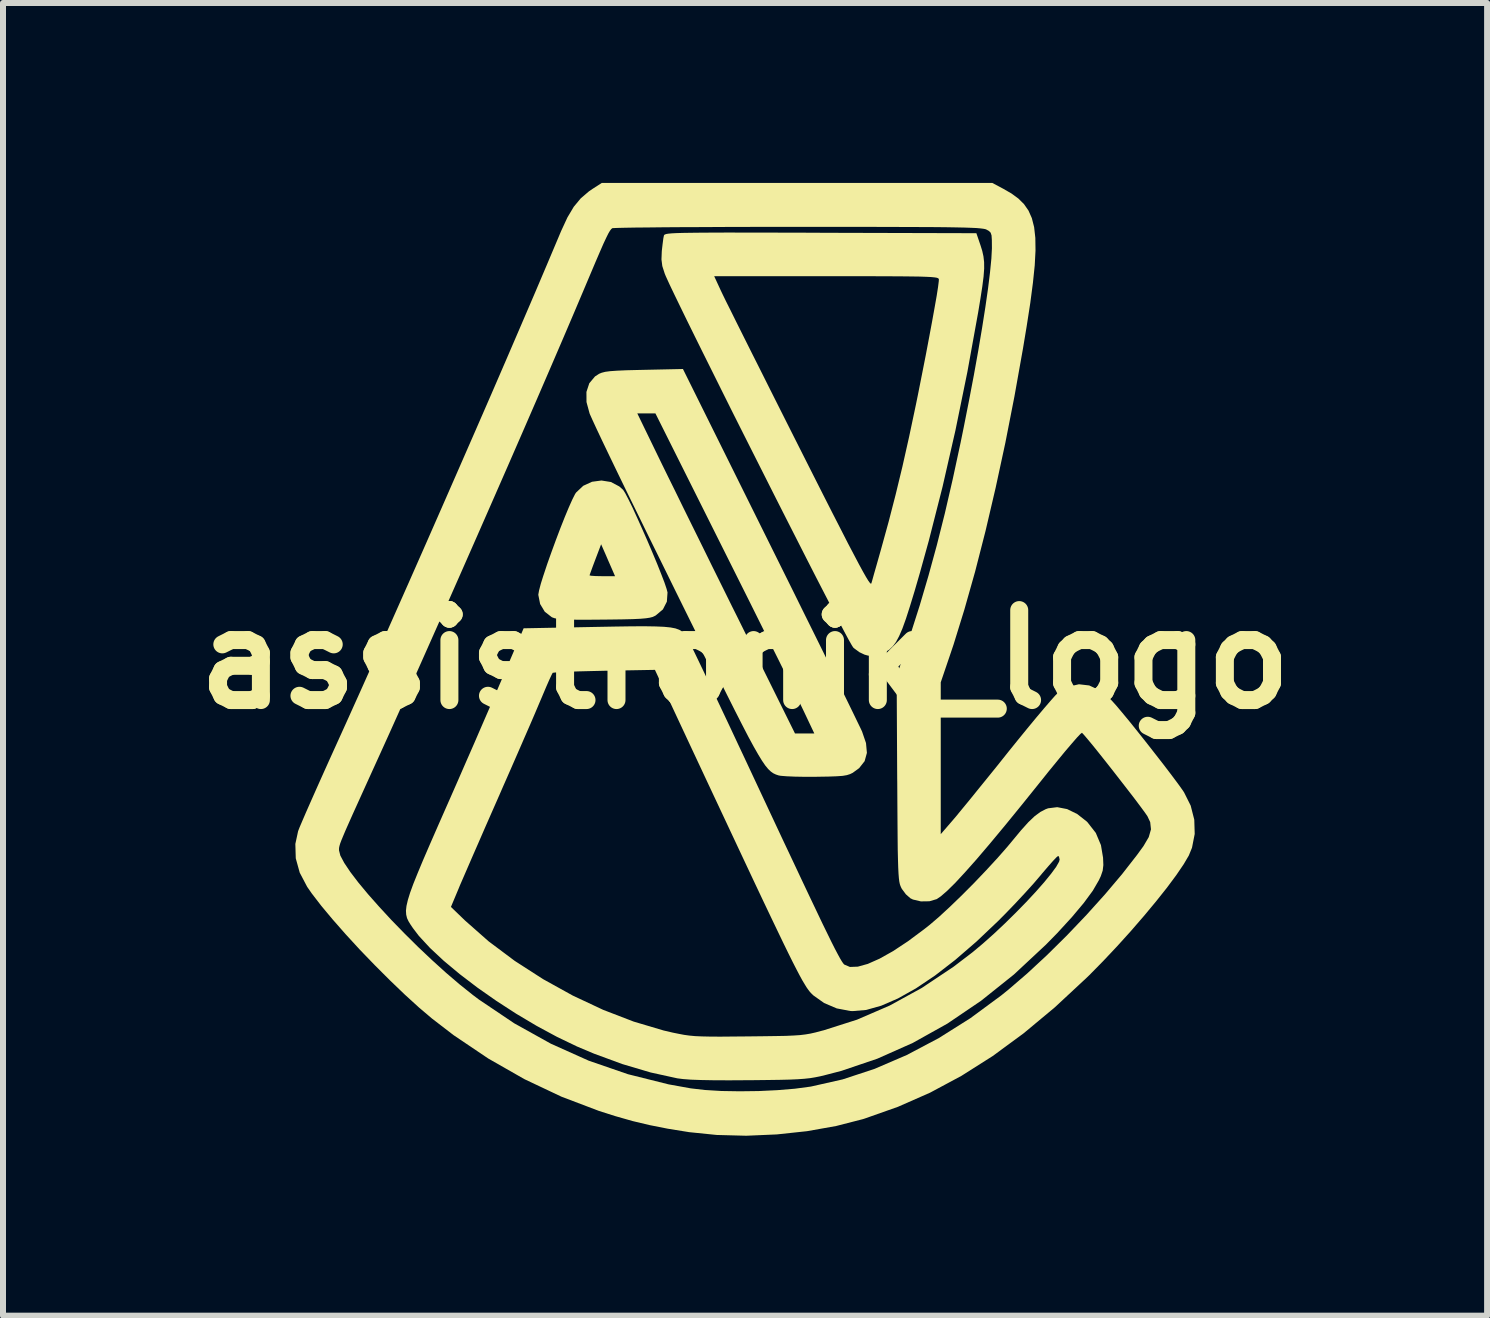
<source format=kicad_pcb>
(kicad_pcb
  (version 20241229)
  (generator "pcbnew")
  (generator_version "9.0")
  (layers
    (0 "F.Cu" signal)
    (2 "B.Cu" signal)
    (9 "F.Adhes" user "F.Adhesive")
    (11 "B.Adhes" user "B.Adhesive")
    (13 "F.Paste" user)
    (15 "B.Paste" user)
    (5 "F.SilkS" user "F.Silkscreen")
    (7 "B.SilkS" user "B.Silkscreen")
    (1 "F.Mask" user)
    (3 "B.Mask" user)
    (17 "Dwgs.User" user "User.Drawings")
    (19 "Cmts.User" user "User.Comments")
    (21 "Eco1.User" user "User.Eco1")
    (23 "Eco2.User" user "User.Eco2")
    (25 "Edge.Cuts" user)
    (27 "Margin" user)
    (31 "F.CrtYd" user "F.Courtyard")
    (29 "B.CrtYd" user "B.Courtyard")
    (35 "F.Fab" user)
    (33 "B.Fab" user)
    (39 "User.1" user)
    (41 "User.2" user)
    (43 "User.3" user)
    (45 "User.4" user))
  (footprint "assistronik_logo"
    (layer "F.Cu")
    (at 9.371 7.943)
    (property "Reference" "assistronik_logo" (at 0 0 0) (layer "F.SilkS") (effects (font (size 1.5 1.5) (thickness 0.3))))
    (attr board_only exclude_from_pos_files exclude_from_bom)
    (fp_poly (pts (xy -2.236 -2.957) (xy -2.096 -2.883) (xy -2.032 -2.826) (xy -1.998 -2.772) (xy -1.945 -2.671) (xy -1.877 -2.533) (xy -1.8 -2.365) (xy -1.716 -2.178) (xy -1.629 -1.981) (xy -1.545 -1.784) (xy -1.466 -1.595) (xy -1.398 -1.424) (xy -1.343 -1.281) (xy -1.307 -1.174) (xy -1.292 -1.116) (xy -1.303 -0.962) (xy -1.369 -0.833) (xy -1.488 -0.733) (xy -1.5 -0.726) (xy -1.538 -0.708) (xy -1.587 -0.695) (xy -1.653 -0.685) (xy -1.745 -0.677) (xy -1.871 -0.671) (xy -2.039 -0.667) (xy -2.257 -0.664) (xy -2.363 -0.663) (xy -2.605 -0.661) (xy -2.794 -0.661) (xy -2.937 -0.663) (xy -3.043 -0.667) (xy -3.12 -0.675) (xy -3.175 -0.686) (xy -3.215 -0.7) (xy -3.224 -0.705) (xy -3.339 -0.795) (xy -3.416 -0.923) (xy -3.446 -1.074) (xy -3.446 -1.081) (xy -3.434 -1.149) (xy -3.404 -1.263) (xy -3.361 -1.4) (xy -2.592 -1.4) (xy -2.564 -1.394) (xy -2.491 -1.389) (xy -2.387 -1.387) (xy -2.379 -1.387) (xy -2.167 -1.387) (xy -2.23 -1.532) (xy -2.28 -1.646) (xy -2.33 -1.762) (xy -2.346 -1.798) (xy -2.399 -1.919) (xy -2.495 -1.666) (xy -2.538 -1.552) (xy -2.571 -1.461) (xy -2.59 -1.408) (xy -2.592 -1.4) (xy -3.361 -1.4) (xy -3.356 -1.414) (xy -3.297 -1.592) (xy -3.228 -1.786) (xy -3.154 -1.988) (xy -3.079 -2.186) (xy -3.005 -2.373) (xy -2.937 -2.536) (xy -2.878 -2.668) (xy -2.833 -2.757) (xy -2.816 -2.782) (xy -2.697 -2.894) (xy -2.551 -2.961) (xy -2.393 -2.982)) (stroke (width 0) (type solid)) (fill yes) (layer "F.SilkS"))
    (fp_poly (pts (xy 0.408 -1.932) (xy 0.606 -1.533) (xy 0.798 -1.146) (xy 0.981 -0.775) (xy 1.155 -0.424) (xy 1.317 -0.096) (xy 1.465 0.204) (xy 1.597 0.473) (xy 1.711 0.706) (xy 1.805 0.899) (xy 1.878 1.05) (xy 1.928 1.153) (xy 1.951 1.202) (xy 2.017 1.395) (xy 2.032 1.559) (xy 1.994 1.697) (xy 1.903 1.813) (xy 1.796 1.891) (xy 1.751 1.913) (xy 1.698 1.93) (xy 1.628 1.942) (xy 1.529 1.949) (xy 1.391 1.954) (xy 1.204 1.957) (xy 1.174 1.958) (xy 0.995 1.958) (xy 0.83 1.955) (xy 0.692 1.949) (xy 0.594 1.941) (xy 0.557 1.934) (xy 0.513 1.919) (xy 0.471 1.899) (xy 0.43 1.87) (xy 0.386 1.828) (xy 0.338 1.77) (xy 0.284 1.691) (xy 0.221 1.588) (xy 0.146 1.457) (xy 0.058 1.295) (xy -0.045 1.096) (xy -0.166 0.859) (xy -0.307 0.578) (xy -0.471 0.25) (xy -0.659 -0.129) (xy -0.66 -0.131) (xy -0.915 -0.646) (xy -1.157 -1.136) (xy -1.384 -1.598) (xy -1.597 -2.03) (xy -1.792 -2.429) (xy -1.97 -2.792) (xy -2.128 -3.118) (xy -2.265 -3.402) (xy -2.381 -3.644) (xy -2.473 -3.839) (xy -2.541 -3.986) (xy -2.584 -4.082) (xy -2.592 -4.101) (xy -1.796 -4.101) (xy -1.452 -3.392) (xy -1.379 -3.242) (xy -1.282 -3.044) (xy -1.164 -2.805) (xy -1.03 -2.531) (xy -0.881 -2.229) (xy -0.721 -1.905) (xy -0.555 -1.567) (xy -0.384 -1.222) (xy -0.212 -0.874) (xy -0.137 -0.724) (xy 0.833 1.235) (xy 0.994 1.235) (xy 1.155 1.235) (xy 0.978 0.861) (xy 0.937 0.776) (xy 0.871 0.641) (xy 0.782 0.461) (xy 0.674 0.242) (xy 0.548 -0.013) (xy 0.406 -0.297) (xy 0.252 -0.607) (xy 0.088 -0.937) (xy -0.085 -1.283) (xy -0.263 -1.639) (xy -0.347 -1.807) (xy -1.494 -4.101) (xy -1.645 -4.101) (xy -1.796 -4.101) (xy -2.592 -4.101) (xy -2.592 -4.102) (xy -2.643 -4.29) (xy -2.644 -4.459) (xy -2.596 -4.604) (xy -2.501 -4.717) (xy -2.433 -4.761) (xy -2.389 -4.779) (xy -2.33 -4.794) (xy -2.248 -4.805) (xy -2.133 -4.813) (xy -1.978 -4.82) (xy -1.773 -4.825) (xy -1.684 -4.827) (xy -1.035 -4.841)) (stroke (width 0) (type solid)) (fill yes) (layer "F.SilkS"))
    (fp_poly (pts (xy 0.027 -7.115) (xy 0.371 -7.115) (xy 0.768 -7.114) (xy 1.221 -7.113) (xy 1.26 -7.112) (xy 3.857 -7.105) (xy 3.925 -6.906) (xy 3.955 -6.81) (xy 3.975 -6.719) (xy 3.986 -6.624) (xy 3.987 -6.515) (xy 3.977 -6.382) (xy 3.956 -6.217) (xy 3.924 -6.01) (xy 3.887 -5.786) (xy 3.707 -4.792) (xy 3.508 -3.818) (xy 3.293 -2.877) (xy 3.064 -1.978) (xy 2.915 -1.441) (xy 2.826 -1.135) (xy 2.749 -0.883) (xy 2.683 -0.678) (xy 2.624 -0.514) (xy 2.569 -0.387) (xy 2.517 -0.29) (xy 2.463 -0.217) (xy 2.406 -0.163) (xy 2.343 -0.123) (xy 2.28 -0.093) (xy 2.191 -0.06) (xy 2.123 -0.051) (xy 2.042 -0.065) (xy 1.992 -0.079) (xy 1.906 -0.12) (xy 1.818 -0.185) (xy 1.803 -0.199) (xy 1.779 -0.237) (xy 1.729 -0.325) (xy 1.657 -0.459) (xy 1.564 -0.636) (xy 1.453 -0.849) (xy 1.325 -1.096) (xy 1.183 -1.372) (xy 1.029 -1.673) (xy 0.866 -1.994) (xy 0.694 -2.332) (xy 0.517 -2.681) (xy 0.337 -3.038) (xy 0.155 -3.399) (xy -0.026 -3.758) (xy -0.204 -4.112) (xy -0.376 -4.457) (xy -0.541 -4.789) (xy -0.697 -5.102) (xy -0.841 -5.393) (xy -0.971 -5.657) (xy -1.085 -5.891) (xy -1.181 -6.089) (xy -1.257 -6.248) (xy -1.31 -6.364) (xy -1.321 -6.388) (xy -0.514 -6.388) (xy -0.405 -6.152) (xy -0.375 -6.089) (xy -0.32 -5.976) (xy -0.241 -5.818) (xy -0.142 -5.618) (xy -0.024 -5.382) (xy 0.11 -5.114) (xy 0.259 -4.818) (xy 0.419 -4.498) (xy 0.589 -4.16) (xy 0.766 -3.808) (xy 0.894 -3.554) (xy 1.107 -3.132) (xy 1.294 -2.762) (xy 1.457 -2.441) (xy 1.598 -2.166) (xy 1.717 -1.933) (xy 1.818 -1.741) (xy 1.9 -1.585) (xy 1.966 -1.464) (xy 2.017 -1.374) (xy 2.055 -1.312) (xy 2.082 -1.275) (xy 2.098 -1.261) (xy 2.106 -1.266) (xy 2.106 -1.267) (xy 2.122 -1.321) (xy 2.15 -1.422) (xy 2.189 -1.558) (xy 2.234 -1.717) (xy 2.266 -1.83) (xy 2.393 -2.29) (xy 2.511 -2.747) (xy 2.624 -3.214) (xy 2.735 -3.708) (xy 2.848 -4.242) (xy 2.883 -4.413) (xy 2.95 -4.751) (xy 3.013 -5.07) (xy 3.069 -5.366) (xy 3.119 -5.634) (xy 3.161 -5.867) (xy 3.195 -6.059) (xy 3.218 -6.207) (xy 3.23 -6.303) (xy 3.232 -6.332) (xy 3.23 -6.343) (xy 3.221 -6.353) (xy 3.2 -6.362) (xy 3.164 -6.368) (xy 3.106 -6.374) (xy 3.024 -6.378) (xy 2.912 -6.382) (xy 2.766 -6.384) (xy 2.582 -6.386) (xy 2.355 -6.387) (xy 2.081 -6.388) (xy 1.754 -6.388) (xy 1.371 -6.388) (xy 1.359 -6.388) (xy -0.514 -6.388) (xy -1.321 -6.388) (xy -1.339 -6.432) (xy -1.339 -6.432) (xy -1.379 -6.557) (xy -1.393 -6.667) (xy -1.388 -6.798) (xy -1.387 -6.813) (xy -1.374 -6.925) (xy -1.362 -7.018) (xy -1.352 -7.067) (xy -1.347 -7.076) (xy -1.335 -7.084) (xy -1.311 -7.092) (xy -1.273 -7.098) (xy -1.216 -7.103) (xy -1.137 -7.107) (xy -1.031 -7.11) (xy -0.895 -7.112) (xy -0.725 -7.114) (xy -0.517 -7.115) (xy -0.268 -7.116)) (stroke (width 0) (type solid)) (fill yes) (layer "F.SilkS"))
    (fp_poly (pts (xy -1.491 -0.549) (xy -1.35 -0.543) (xy -1.241 -0.532) (xy -1.159 -0.516) (xy -1.098 -0.494) (xy -1.051 -0.466) (xy -1.014 -0.431) (xy -0.981 -0.388) (xy -0.978 -0.384) (xy -0.955 -0.343) (xy -0.909 -0.251) (xy -0.841 -0.113) (xy -0.755 0.066) (xy -0.652 0.281) (xy -0.534 0.528) (xy -0.404 0.803) (xy -0.264 1.099) (xy -0.117 1.413) (xy -0.02 1.619) (xy 0.219 2.13) (xy 0.434 2.589) (xy 0.626 2.999) (xy 0.797 3.361) (xy 0.947 3.68) (xy 1.078 3.957) (xy 1.192 4.196) (xy 1.289 4.4) (xy 1.372 4.57) (xy 1.441 4.711) (xy 1.498 4.824) (xy 1.545 4.913) (xy 1.582 4.981) (xy 1.611 5.03) (xy 1.633 5.063) (xy 1.65 5.084) (xy 1.655 5.088) (xy 1.749 5.128) (xy 1.881 5.123) (xy 2.047 5.077) (xy 2.243 4.99) (xy 2.468 4.864) (xy 2.716 4.7) (xy 2.985 4.5) (xy 3.08 4.425) (xy 3.233 4.294) (xy 3.414 4.127) (xy 3.613 3.935) (xy 3.819 3.728) (xy 4.021 3.516) (xy 4.21 3.311) (xy 4.374 3.124) (xy 4.449 3.034) (xy 4.599 2.853) (xy 4.723 2.715) (xy 4.828 2.615) (xy 4.922 2.545) (xy 5.012 2.498) (xy 5.053 2.483) (xy 5.205 2.464) (xy 5.37 2.496) (xy 5.538 2.578) (xy 5.697 2.703) (xy 5.709 2.715) (xy 5.848 2.893) (xy 5.934 3.097) (xy 5.969 3.306) (xy 5.974 3.429) (xy 5.963 3.522) (xy 5.932 3.613) (xy 5.899 3.683) (xy 5.798 3.857) (xy 5.647 4.062) (xy 5.449 4.298) (xy 5.206 4.563) (xy 5.016 4.757) (xy 4.483 5.254) (xy 3.935 5.692) (xy 3.373 6.073) (xy 2.796 6.395) (xy 2.207 6.657) (xy 1.605 6.861) (xy 1.347 6.928) (xy 1.253 6.951) (xy 1.168 6.968) (xy 1.083 6.982) (xy 0.99 6.992) (xy 0.88 7) (xy 0.745 7.006) (xy 0.576 7.01) (xy 0.364 7.013) (xy 0.101 7.016) (xy 0.061 7.016) (xy -0.257 7.018) (xy -0.52 7.017) (xy -0.734 7.013) (xy -0.903 7.007) (xy -1.033 6.997) (xy -1.128 6.985) (xy -1.574 6.887) (xy -2.043 6.748) (xy -2.519 6.573) (xy -2.801 6.454) (xy -3.134 6.294) (xy -3.473 6.111) (xy -3.813 5.909) (xy -4.145 5.694) (xy -4.462 5.472) (xy -4.757 5.247) (xy -5.023 5.025) (xy -5.252 4.811) (xy -5.437 4.611) (xy -5.537 4.48) (xy -5.577 4.421) (xy -5.61 4.367) (xy -5.635 4.314) (xy -5.649 4.256) (xy -5.653 4.19) (xy -5.646 4.127) (xy -4.903 4.127) (xy -4.67 4.352) (xy -4.277 4.699) (xy -3.839 5.027) (xy -3.367 5.331) (xy -2.872 5.605) (xy -2.365 5.843) (xy -1.856 6.039) (xy -1.358 6.187) (xy -1.204 6.223) (xy -1.105 6.243) (xy -1.016 6.26) (xy -0.929 6.272) (xy -0.833 6.281) (xy -0.721 6.286) (xy -0.584 6.289) (xy -0.411 6.29) (xy -0.194 6.288) (xy 0.046 6.286) (xy 0.306 6.283) (xy 0.515 6.28) (xy 0.68 6.277) (xy 0.811 6.271) (xy 0.917 6.264) (xy 1.007 6.253) (xy 1.09 6.239) (xy 1.174 6.22) (xy 1.268 6.195) (xy 1.315 6.183) (xy 1.867 6.007) (xy 2.411 5.772) (xy 2.947 5.478) (xy 3.477 5.124) (xy 3.793 4.883) (xy 3.966 4.738) (xy 4.147 4.577) (xy 4.332 4.403) (xy 4.514 4.224) (xy 4.688 4.046) (xy 4.848 3.874) (xy 4.988 3.715) (xy 5.103 3.574) (xy 5.188 3.458) (xy 5.236 3.373) (xy 5.245 3.337) (xy 5.234 3.288) (xy 5.219 3.278) (xy 5.192 3.3) (xy 5.134 3.361) (xy 5.053 3.453) (xy 4.956 3.566) (xy 4.923 3.606) (xy 4.81 3.738) (xy 4.666 3.897) (xy 4.505 4.07) (xy 4.341 4.24) (xy 4.221 4.361) (xy 3.856 4.707) (xy 3.504 5.011) (xy 3.168 5.271) (xy 2.848 5.486) (xy 2.548 5.654) (xy 2.271 5.774) (xy 2.019 5.845) (xy 1.794 5.864) (xy 1.755 5.862) (xy 1.529 5.819) (xy 1.318 5.729) (xy 1.139 5.602) (xy 1.106 5.57) (xy 1.082 5.544) (xy 1.057 5.512) (xy 1.028 5.471) (xy 0.996 5.419) (xy 0.957 5.354) (xy 0.912 5.272) (xy 0.859 5.171) (xy 0.796 5.048) (xy 0.723 4.901) (xy 0.638 4.727) (xy 0.54 4.523) (xy 0.427 4.287) (xy 0.298 4.016) (xy 0.152 3.707) (xy -0.012 3.358) (xy -0.196 2.966) (xy -0.401 2.529) (xy -0.629 2.043) (xy -0.88 1.507) (xy -1.066 1.109) (xy -1.502 0.175) (xy -2.344 0.19) (xy -2.565 0.195) (xy -2.766 0.2) (xy -2.938 0.206) (xy -3.074 0.213) (xy -3.166 0.219) (xy -3.206 0.224) (xy -3.207 0.225) (xy -3.225 0.259) (xy -3.262 0.338) (xy -3.312 0.452) (xy -3.37 0.589) (xy -3.385 0.625) (xy -3.432 0.735) (xy -3.499 0.893) (xy -3.584 1.091) (xy -3.684 1.32) (xy -3.794 1.573) (xy -3.911 1.841) (xy -4.032 2.116) (xy -4.093 2.256) (xy -4.213 2.529) (xy -4.33 2.795) (xy -4.44 3.048) (xy -4.541 3.279) (xy -4.629 3.482) (xy -4.701 3.648) (xy -4.754 3.77) (xy -4.773 3.817) (xy -4.903 4.127) (xy -5.646 4.127) (xy -5.644 4.11) (xy -5.621 4.011) (xy -5.584 3.891) (xy -5.53 3.743) (xy -5.458 3.564) (xy -5.368 3.348) (xy -5.257 3.091) (xy -5.125 2.789) (xy -4.97 2.437) (xy -4.924 2.333) (xy -4.797 2.044) (xy -4.658 1.725) (xy -4.512 1.392) (xy -4.369 1.061) (xy -4.233 0.748) (xy -4.114 0.47) (xy -4.082 0.396) (xy -3.691 -0.518) (xy -2.493 -0.541) (xy -2.166 -0.547) (xy -1.893 -0.551) (xy -1.67 -0.552)) (stroke (width 0) (type solid)) (fill yes) (layer "F.SilkS"))
    (fp_poly (pts (xy 4.309 -7.844) (xy 4.444 -7.766) (xy 4.557 -7.683) (xy 4.651 -7.59) (xy 4.726 -7.482) (xy 4.782 -7.356) (xy 4.82 -7.206) (xy 4.84 -7.027) (xy 4.843 -6.817) (xy 4.83 -6.569) (xy 4.8 -6.279) (xy 4.756 -5.943) (xy 4.696 -5.556) (xy 4.634 -5.182) (xy 4.492 -4.386) (xy 4.34 -3.61) (xy 4.178 -2.86) (xy 4.01 -2.142) (xy 3.836 -1.463) (xy 3.657 -0.83) (xy 3.477 -0.248) (xy 3.416 -0.067) (xy 3.263 0.383) (xy 3.263 1.649) (xy 3.263 2.914) (xy 3.455 2.692) (xy 3.519 2.617) (xy 3.614 2.501) (xy 3.737 2.352) (xy 3.88 2.175) (xy 4.039 1.979) (xy 4.208 1.77) (xy 4.38 1.554) (xy 4.383 1.55) (xy 4.551 1.342) (xy 4.71 1.147) (xy 4.857 0.969) (xy 4.986 0.816) (xy 5.092 0.693) (xy 5.17 0.605) (xy 5.216 0.559) (xy 5.22 0.556) (xy 5.394 0.455) (xy 5.567 0.415) (xy 5.739 0.435) (xy 5.911 0.515) (xy 6.084 0.656) (xy 6.117 0.69) (xy 6.189 0.77) (xy 6.29 0.89) (xy 6.414 1.04) (xy 6.552 1.212) (xy 6.698 1.396) (xy 6.845 1.584) (xy 6.986 1.765) (xy 7.113 1.932) (xy 7.219 2.074) (xy 7.297 2.183) (xy 7.32 2.218) (xy 7.43 2.438) (xy 7.49 2.673) (xy 7.497 2.911) (xy 7.452 3.14) (xy 7.399 3.27) (xy 7.313 3.416) (xy 7.19 3.597) (xy 7.034 3.807) (xy 6.851 4.037) (xy 6.647 4.282) (xy 6.429 4.534) (xy 6.201 4.786) (xy 5.97 5.031) (xy 5.742 5.263) (xy 5.691 5.312) (xy 5.164 5.802) (xy 4.644 6.235) (xy 4.128 6.614) (xy 3.609 6.943) (xy 3.085 7.224) (xy 2.549 7.46) (xy 1.997 7.655) (xy 1.966 7.665) (xy 1.518 7.78) (xy 1.033 7.866) (xy 0.529 7.92) (xy 0.021 7.942) (xy -0.472 7.929) (xy -0.934 7.882) (xy -0.945 7.88) (xy -1.286 7.825) (xy -1.589 7.765) (xy -1.875 7.697) (xy -2.166 7.614) (xy -2.436 7.528) (xy -3.06 7.291) (xy -3.677 6.999) (xy -4.28 6.655) (xy -4.859 6.265) (xy -5.219 5.988) (xy -5.436 5.804) (xy -5.672 5.589) (xy -5.92 5.351) (xy -6.172 5.099) (xy -6.421 4.841) (xy -6.657 4.584) (xy -6.875 4.336) (xy -7.066 4.107) (xy -7.223 3.903) (xy -7.3 3.792) (xy -7.424 3.556) (xy -7.49 3.317) (xy -7.494 3.179) (xy -6.769 3.179) (xy -6.769 3.184) (xy -6.747 3.271) (xy -6.682 3.393) (xy -6.581 3.544) (xy -6.447 3.72) (xy -6.285 3.915) (xy -6.099 4.125) (xy -5.895 4.346) (xy -5.677 4.57) (xy -5.45 4.795) (xy -5.217 5.015) (xy -4.985 5.225) (xy -4.757 5.42) (xy -4.538 5.595) (xy -4.437 5.671) (xy -3.847 6.068) (xy -3.236 6.408) (xy -2.605 6.691) (xy -1.952 6.916) (xy -1.276 7.085) (xy -0.905 7.152) (xy -0.671 7.179) (xy -0.394 7.196) (xy -0.089 7.201) (xy 0.227 7.197) (xy 0.539 7.182) (xy 0.83 7.158) (xy 1.085 7.124) (xy 1.099 7.122) (xy 1.626 7.003) (xy 2.16 6.827) (xy 2.697 6.596) (xy 3.232 6.313) (xy 3.759 5.981) (xy 4.274 5.601) (xy 4.389 5.508) (xy 4.704 5.237) (xy 5.033 4.932) (xy 5.365 4.604) (xy 5.691 4.262) (xy 6.001 3.918) (xy 6.285 3.582) (xy 6.533 3.264) (xy 6.643 3.113) (xy 6.731 2.963) (xy 6.768 2.834) (xy 6.755 2.713) (xy 6.709 2.615) (xy 6.669 2.557) (xy 6.6 2.463) (xy 6.508 2.34) (xy 6.398 2.197) (xy 6.277 2.041) (xy 6.151 1.879) (xy 6.026 1.72) (xy 5.907 1.57) (xy 5.801 1.438) (xy 5.713 1.332) (xy 5.65 1.258) (xy 5.618 1.224) (xy 5.617 1.224) (xy 5.592 1.243) (xy 5.534 1.304) (xy 5.448 1.403) (xy 5.337 1.533) (xy 5.208 1.69) (xy 5.063 1.867) (xy 4.952 2.006) (xy 4.628 2.409) (xy 4.338 2.765) (xy 4.082 3.073) (xy 3.858 3.336) (xy 3.665 3.553) (xy 3.503 3.728) (xy 3.37 3.859) (xy 3.265 3.95) (xy 3.196 3.997) (xy 3.074 4.033) (xy 2.932 4.035) (xy 2.8 4.004) (xy 2.757 3.983) (xy 2.682 3.917) (xy 2.615 3.827) (xy 2.605 3.808) (xy 2.592 3.779) (xy 2.581 3.747) (xy 2.572 3.704) (xy 2.565 3.647) (xy 2.559 3.57) (xy 2.554 3.469) (xy 2.55 3.337) (xy 2.546 3.171) (xy 2.544 2.964) (xy 2.542 2.713) (xy 2.54 2.412) (xy 2.538 2.056) (xy 2.537 1.985) (xy 2.528 0.281) (xy 2.756 -0.409) (xy 2.913 -0.901) (xy 3.059 -1.397) (xy 3.198 -1.905) (xy 3.332 -2.437) (xy 3.463 -3.005) (xy 3.595 -3.618) (xy 3.647 -3.873) (xy 3.734 -4.313) (xy 3.815 -4.738) (xy 3.888 -5.144) (xy 3.952 -5.524) (xy 4.007 -5.873) (xy 4.052 -6.186) (xy 4.085 -6.457) (xy 4.107 -6.68) (xy 4.116 -6.849) (xy 4.116 -6.868) (xy 4.115 -6.991) (xy 4.11 -7.068) (xy 4.095 -7.114) (xy 4.067 -7.142) (xy 4.026 -7.165) (xy 4.006 -7.173) (xy 3.974 -7.179) (xy 3.927 -7.185) (xy 3.861 -7.191) (xy 3.772 -7.195) (xy 3.658 -7.199) (xy 3.515 -7.202) (xy 3.339 -7.205) (xy 3.126 -7.207) (xy 2.874 -7.208) (xy 2.579 -7.209) (xy 2.236 -7.21) (xy 1.844 -7.211) (xy 1.397 -7.211) (xy 0.893 -7.211) (xy 0.878 -7.211) (xy 0.451 -7.211) (xy 0.041 -7.21) (xy -0.348 -7.209) (xy -0.711 -7.207) (xy -1.045 -7.206) (xy -1.346 -7.204) (xy -1.609 -7.201) (xy -1.829 -7.199) (xy -2.004 -7.196) (xy -2.129 -7.193) (xy -2.199 -7.19) (xy -2.214 -7.188) (xy -2.232 -7.172) (xy -2.253 -7.144) (xy -2.28 -7.098) (xy -2.314 -7.029) (xy -2.36 -6.931) (xy -2.418 -6.798) (xy -2.493 -6.624) (xy -2.586 -6.404) (xy -2.679 -6.184) (xy -2.847 -5.787) (xy -3.037 -5.342) (xy -3.246 -4.856) (xy -3.471 -4.335) (xy -3.709 -3.787) (xy -3.957 -3.218) (xy -4.212 -2.636) (xy -4.47 -2.048) (xy -4.729 -1.46) (xy -4.985 -0.88) (xy -5.236 -0.315) (xy -5.478 0.229) (xy -5.709 0.743) (xy -5.924 1.222) (xy -6.068 1.54) (xy -6.219 1.872) (xy -6.346 2.152) (xy -6.452 2.386) (xy -6.539 2.578) (xy -6.608 2.733) (xy -6.662 2.855) (xy -6.702 2.95) (xy -6.731 3.02) (xy -6.75 3.071) (xy -6.761 3.109) (xy -6.767 3.136) (xy -6.769 3.158) (xy -6.769 3.179) (xy -7.494 3.179) (xy -7.497 3.077) (xy -7.451 2.864) (xy -7.428 2.804) (xy -7.382 2.696) (xy -7.317 2.545) (xy -7.235 2.359) (xy -7.14 2.145) (xy -7.034 1.908) (xy -6.921 1.657) (xy -6.868 1.54) (xy -6.641 1.039) (xy -6.398 0.499) (xy -6.142 -0.074) (xy -5.876 -0.672) (xy -5.602 -1.29) (xy -5.324 -1.92) (xy -5.045 -2.555) (xy -4.767 -3.19) (xy -4.493 -3.817) (xy -4.226 -4.43) (xy -3.97 -5.022) (xy -3.727 -5.587) (xy -3.499 -6.118) (xy -3.291 -6.608) (xy -3.104 -7.051) (xy -3.066 -7.141) (xy -2.961 -7.368) (xy -2.855 -7.546) (xy -2.738 -7.687) (xy -2.601 -7.804) (xy -2.536 -7.848) (xy -2.388 -7.943) (xy 0.867 -7.943) (xy 4.123 -7.943)) (stroke (width 0) (type solid)) (fill yes) (layer "F.SilkS")))
  (gr_rect
    (start -3 -3)
    (end 21.743 18.885)
    (stroke (width 0.1) (type default))
    (fill no)
    (layer "Edge.Cuts")))
</source>
